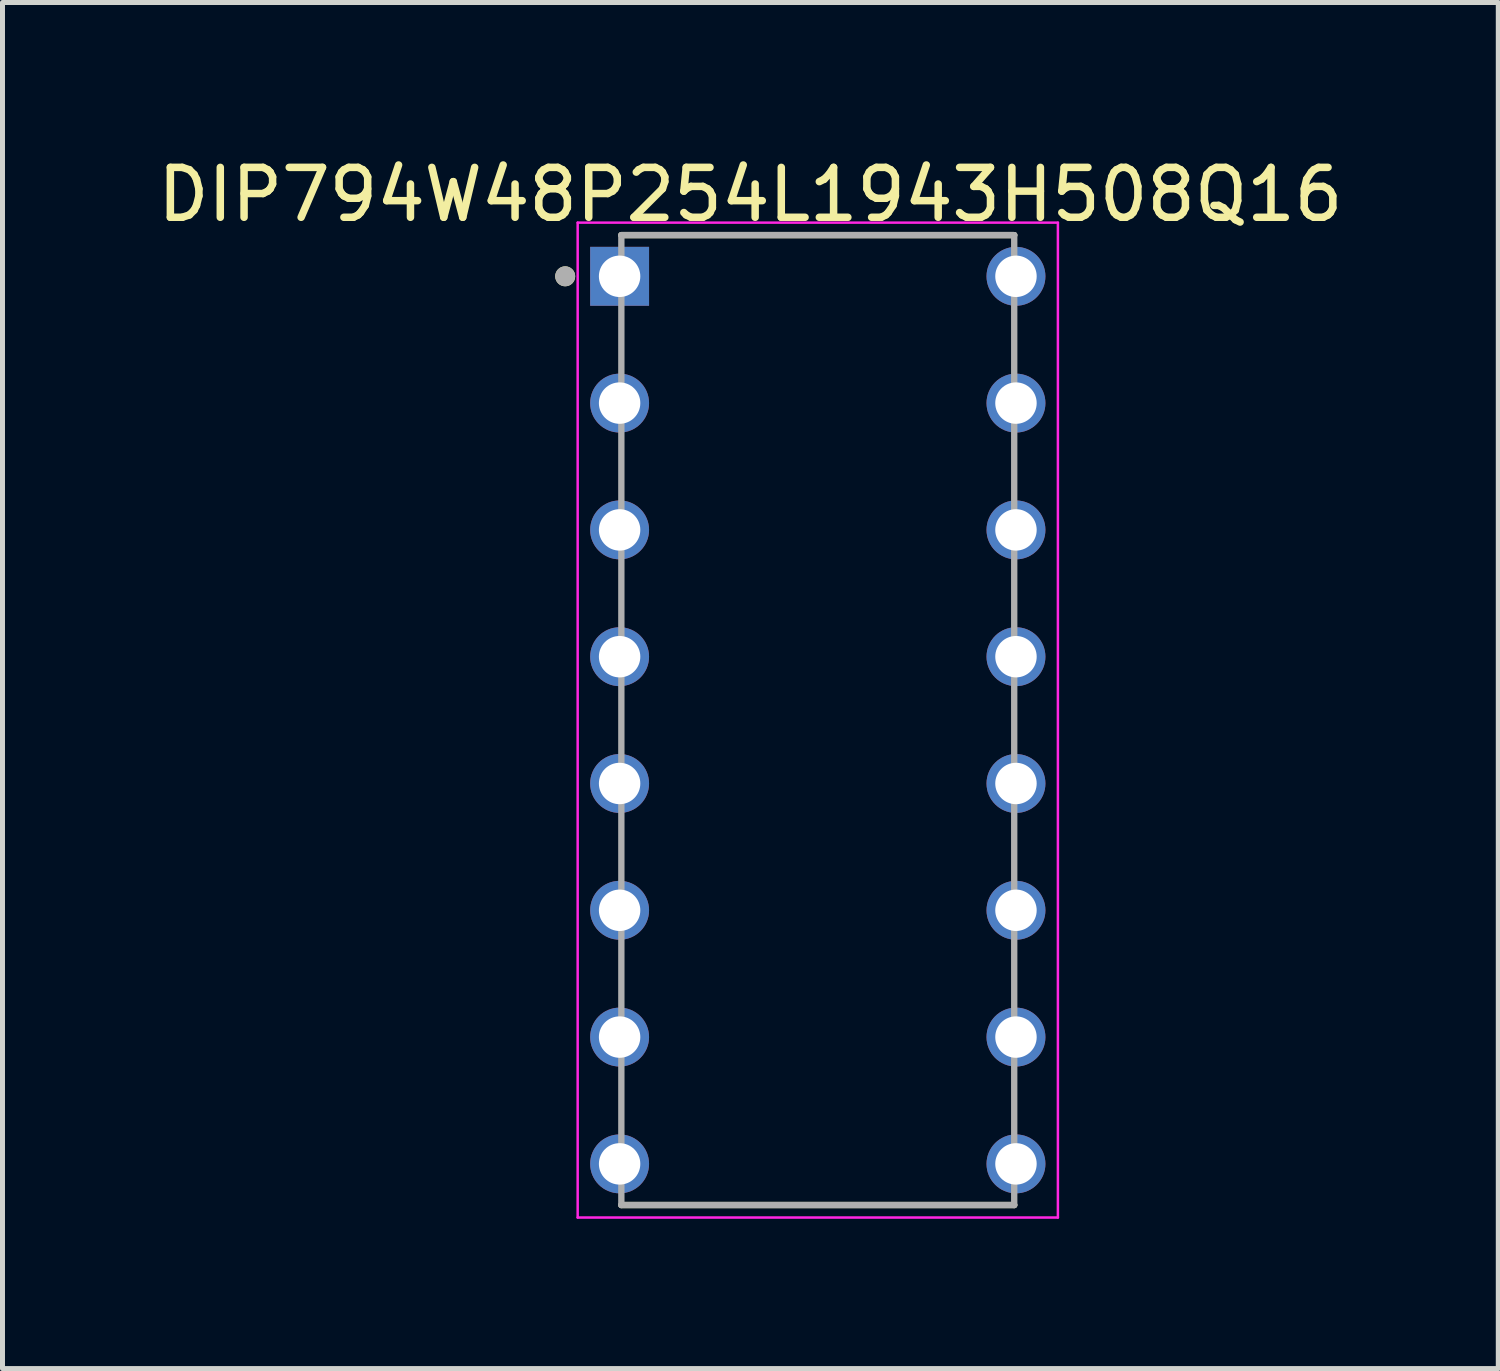
<source format=kicad_pcb>
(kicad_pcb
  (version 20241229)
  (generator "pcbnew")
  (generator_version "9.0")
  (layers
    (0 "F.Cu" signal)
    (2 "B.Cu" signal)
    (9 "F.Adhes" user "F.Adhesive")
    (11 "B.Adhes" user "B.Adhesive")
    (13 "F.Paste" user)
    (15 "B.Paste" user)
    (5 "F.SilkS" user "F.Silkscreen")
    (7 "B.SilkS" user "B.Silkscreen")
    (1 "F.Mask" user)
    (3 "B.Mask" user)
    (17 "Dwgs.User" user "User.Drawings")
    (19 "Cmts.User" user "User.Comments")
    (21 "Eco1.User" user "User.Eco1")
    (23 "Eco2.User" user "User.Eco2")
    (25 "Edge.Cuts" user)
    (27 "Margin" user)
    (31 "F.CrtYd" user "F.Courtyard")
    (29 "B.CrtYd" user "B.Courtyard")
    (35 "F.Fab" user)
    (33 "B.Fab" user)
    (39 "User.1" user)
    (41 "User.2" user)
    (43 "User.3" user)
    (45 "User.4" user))
  (footprint "DIP794W48P254L1943H508Q16"
    (layer "F.Cu")
    (at 13.332 11.375)
    (property "Reference" "DIP794W48P254L1943H508Q16" (at -1.35 -10.527 0) (layer "F.SilkS") (effects (font (size 1 1) (thickness 0.15))))
    (attr through_hole)
    (fp_line (start -3.935 -9.715) (end 3.935 -9.715) (stroke (width 0.127) (type solid)) (layer "F.SilkS"))
    (fp_line (start -3.935 9.715) (end 3.935 9.715) (stroke (width 0.127) (type solid)) (layer "F.SilkS"))
    (fp_circle (center -5.06 -8.89) (end -4.96 -8.89) (stroke (width 0.2) (type solid)) (fill no) (layer "F.SilkS"))
    (fp_line (start -4.81 -9.965) (end -4.81 9.965) (stroke (width 0.05) (type solid)) (layer "F.CrtYd"))
    (fp_line (start 4.81 -9.965) (end -4.81 -9.965) (stroke (width 0.05) (type solid)) (layer "F.CrtYd"))
    (fp_line (start 4.81 -9.965) (end 4.81 9.965) (stroke (width 0.05) (type solid)) (layer "F.CrtYd"))
    (fp_line (start 4.81 9.965) (end -4.81 9.965) (stroke (width 0.05) (type solid)) (layer "F.CrtYd"))
    (fp_line (start -3.935 -9.715) (end -3.935 9.715) (stroke (width 0.127) (type solid)) (layer "F.Fab"))
    (fp_line (start -3.935 -9.715) (end 3.935 -9.715) (stroke (width 0.127) (type solid)) (layer "F.Fab"))
    (fp_line (start -3.935 9.715) (end 3.935 9.715) (stroke (width 0.127) (type solid)) (layer "F.Fab"))
    (fp_line (start 3.935 -9.715) (end 3.935 9.715) (stroke (width 0.127) (type solid)) (layer "F.Fab"))
    (fp_circle (center -5.06 -8.89) (end -4.96 -8.89) (stroke (width 0.2) (type solid)) (fill no) (layer "F.Fab"))
    (pad "1" thru_hole rect (at -3.97 -8.89) (size 1.18 1.18) (drill 0.83) (layers "*.Cu" "*.Mask"))
    (pad "2" thru_hole circle (at -3.97 -6.35) (size 1.18 1.18) (drill 0.83) (layers "*.Cu" "*.Mask"))
    (pad "3" thru_hole circle (at -3.97 -3.81) (size 1.18 1.18) (drill 0.83) (layers "*.Cu" "*.Mask"))
    (pad "4" thru_hole circle (at -3.97 -1.27) (size 1.18 1.18) (drill 0.83) (layers "*.Cu" "*.Mask"))
    (pad "5" thru_hole circle (at -3.97 1.27) (size 1.18 1.18) (drill 0.83) (layers "*.Cu" "*.Mask"))
    (pad "6" thru_hole circle (at -3.97 3.81) (size 1.18 1.18) (drill 0.83) (layers "*.Cu" "*.Mask"))
    (pad "7" thru_hole circle (at -3.97 6.35) (size 1.18 1.18) (drill 0.83) (layers "*.Cu" "*.Mask"))
    (pad "8" thru_hole circle (at -3.97 8.89) (size 1.18 1.18) (drill 0.83) (layers "*.Cu" "*.Mask"))
    (pad "9" thru_hole circle (at 3.97 8.89) (size 1.18 1.18) (drill 0.83) (layers "*.Cu" "*.Mask"))
    (pad "10" thru_hole circle (at 3.97 6.35) (size 1.18 1.18) (drill 0.83) (layers "*.Cu" "*.Mask"))
    (pad "11" thru_hole circle (at 3.97 3.81) (size 1.18 1.18) (drill 0.83) (layers "*.Cu" "*.Mask"))
    (pad "12" thru_hole circle (at 3.97 1.27) (size 1.18 1.18) (drill 0.83) (layers "*.Cu" "*.Mask"))
    (pad "13" thru_hole circle (at 3.97 -1.27) (size 1.18 1.18) (drill 0.83) (layers "*.Cu" "*.Mask"))
    (pad "14" thru_hole circle (at 3.97 -3.81) (size 1.18 1.18) (drill 0.83) (layers "*.Cu" "*.Mask"))
    (pad "15" thru_hole circle (at 3.97 -6.35) (size 1.18 1.18) (drill 0.83) (layers "*.Cu" "*.Mask"))
    (pad "16" thru_hole circle (at 3.97 -8.89) (size 1.18 1.18) (drill 0.83) (layers "*.Cu" "*.Mask")))
  (gr_rect
    (start -3 -3)
    (end 26.964 24.365)
    (stroke (width 0.1) (type default))
    (fill no)
    (layer "Edge.Cuts")))
</source>
